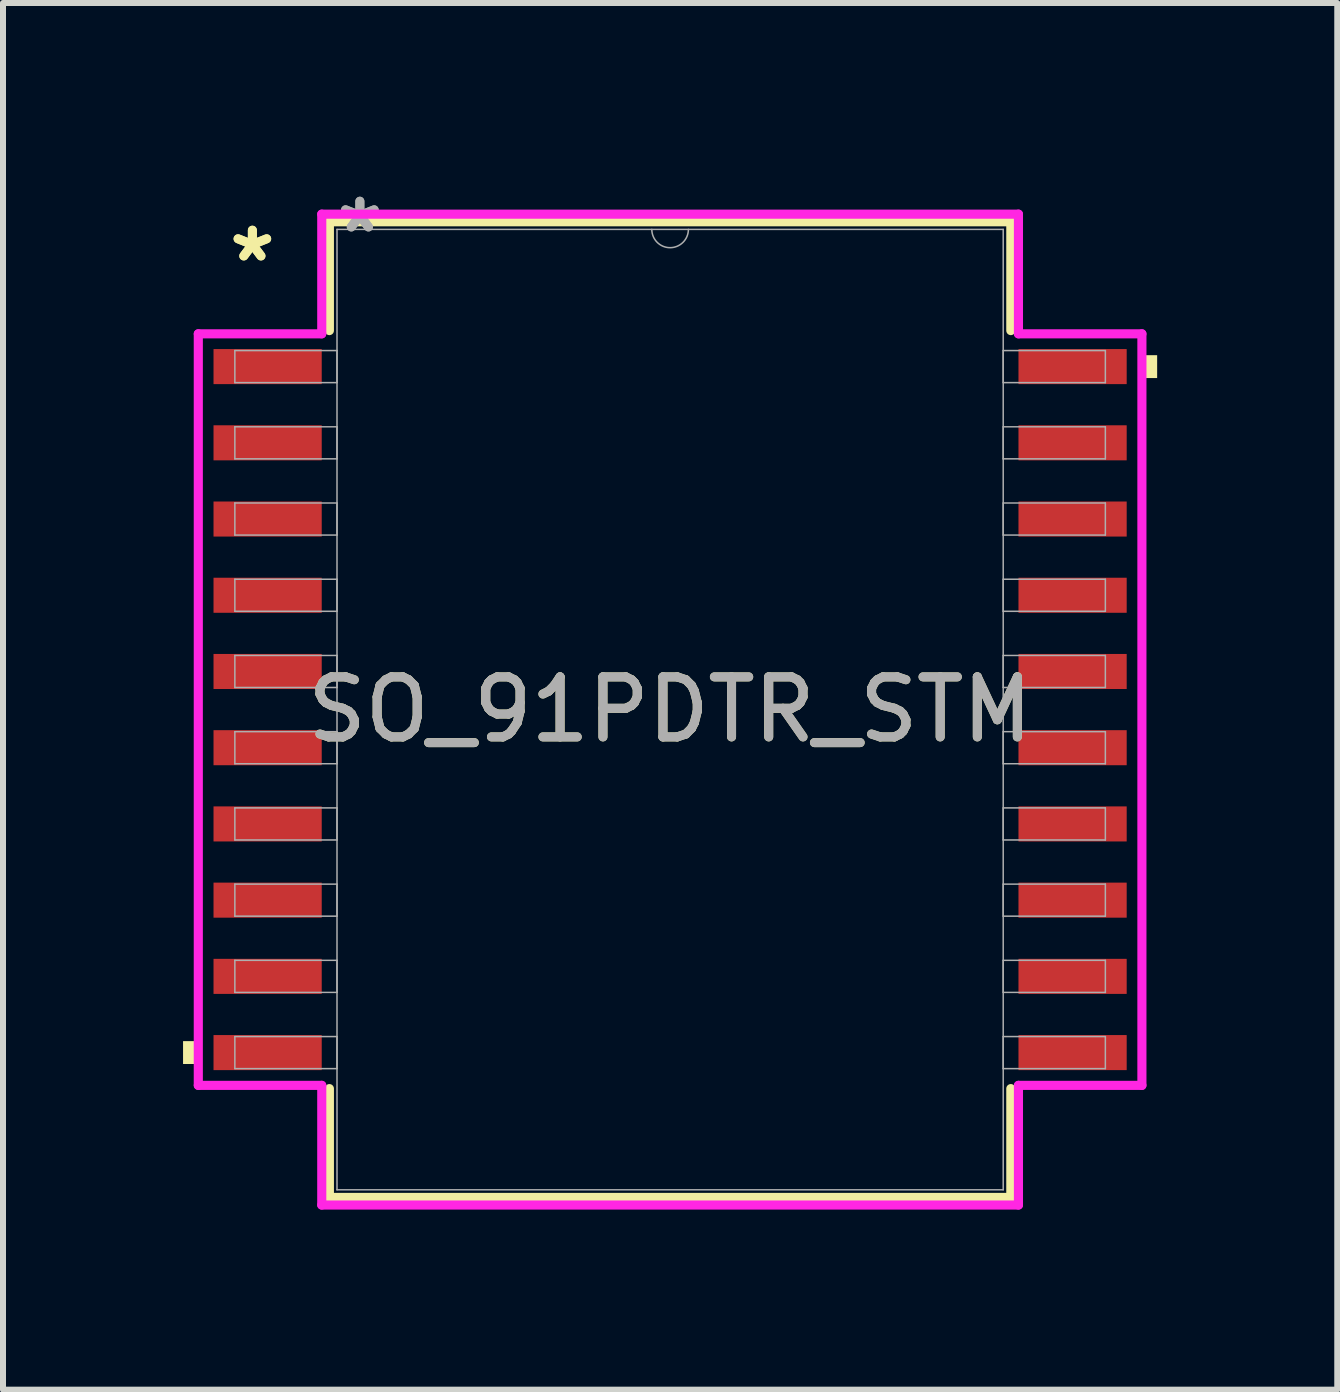
<source format=kicad_pcb>
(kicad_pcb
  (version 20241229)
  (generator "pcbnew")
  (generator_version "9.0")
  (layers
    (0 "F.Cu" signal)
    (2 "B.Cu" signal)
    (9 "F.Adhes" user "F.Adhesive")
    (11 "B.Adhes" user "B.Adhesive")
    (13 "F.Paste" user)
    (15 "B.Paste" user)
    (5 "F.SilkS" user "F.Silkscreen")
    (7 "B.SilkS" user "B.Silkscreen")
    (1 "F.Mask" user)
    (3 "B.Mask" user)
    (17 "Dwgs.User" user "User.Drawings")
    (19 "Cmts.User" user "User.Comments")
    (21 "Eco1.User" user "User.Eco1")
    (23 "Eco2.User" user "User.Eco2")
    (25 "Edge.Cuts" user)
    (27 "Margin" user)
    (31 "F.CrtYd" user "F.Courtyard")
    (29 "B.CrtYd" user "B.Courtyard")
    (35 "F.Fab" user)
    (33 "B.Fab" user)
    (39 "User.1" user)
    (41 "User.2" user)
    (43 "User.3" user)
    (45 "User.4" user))
  (footprint "SO_91PDTR_STM"
    (layer "F.Cu")
    (at 8.115 8.773)
    (property "Reference" "SO_91PDTR_STM" (at 0 0 0) (unlocked yes) (layer "F.SilkS") (effects (font (size 1 1) (thickness 0.15))))
    (attr smd)
    (fp_line (start -5.677 -8.128) (end -5.677 -6.315) (stroke (width 0.152) (type solid)) (layer "F.SilkS"))
    (fp_line (start -5.677 6.315) (end -5.677 8.128) (stroke (width 0.152) (type solid)) (layer "F.SilkS"))
    (fp_line (start -5.677 8.128) (end 5.677 8.128) (stroke (width 0.152) (type solid)) (layer "F.SilkS"))
    (fp_line (start 5.677 -8.128) (end -5.677 -8.128) (stroke (width 0.152) (type solid)) (layer "F.SilkS"))
    (fp_line (start 5.677 -6.315) (end 5.677 -8.128) (stroke (width 0.152) (type solid)) (layer "F.SilkS"))
    (fp_line (start 5.677 8.128) (end 5.677 6.315) (stroke (width 0.152) (type solid)) (layer "F.SilkS"))
    (fp_poly (pts (xy -8.115 5.524) (xy -8.115 5.905) (xy -7.861 5.905) (xy -7.861 5.524)) (stroke (width 0) (type solid)) (fill yes) (layer "F.SilkS"))
    (fp_poly (pts (xy 8.115 -5.905) (xy 8.115 -5.524) (xy 7.861 -5.524) (xy 7.861 -5.905)) (stroke (width 0) (type solid)) (fill yes) (layer "F.SilkS"))
    (fp_line (start -7.861 -6.261) (end -5.804 -6.261) (stroke (width 0.152) (type solid)) (layer "F.CrtYd"))
    (fp_line (start -7.861 6.261) (end -7.861 -6.261) (stroke (width 0.152) (type solid)) (layer "F.CrtYd"))
    (fp_line (start -7.861 6.261) (end -5.804 6.261) (stroke (width 0.152) (type solid)) (layer "F.CrtYd"))
    (fp_line (start -5.804 -8.255) (end 5.804 -8.255) (stroke (width 0.152) (type solid)) (layer "F.CrtYd"))
    (fp_line (start -5.804 -6.261) (end -5.804 -8.255) (stroke (width 0.152) (type solid)) (layer "F.CrtYd"))
    (fp_line (start -5.804 8.255) (end -5.804 6.261) (stroke (width 0.152) (type solid)) (layer "F.CrtYd"))
    (fp_line (start 5.804 -8.255) (end 5.804 -6.261) (stroke (width 0.152) (type solid)) (layer "F.CrtYd"))
    (fp_line (start 5.804 6.261) (end 5.804 8.255) (stroke (width 0.152) (type solid)) (layer "F.CrtYd"))
    (fp_line (start 5.804 8.255) (end -5.804 8.255) (stroke (width 0.152) (type solid)) (layer "F.CrtYd"))
    (fp_line (start 7.861 -6.261) (end 5.804 -6.261) (stroke (width 0.152) (type solid)) (layer "F.CrtYd"))
    (fp_line (start 7.861 -6.261) (end 7.861 6.261) (stroke (width 0.152) (type solid)) (layer "F.CrtYd"))
    (fp_line (start 7.861 6.261) (end 5.804 6.261) (stroke (width 0.152) (type solid)) (layer "F.CrtYd"))
    (fp_line (start -7.252 -5.982) (end -7.252 -5.448) (stroke (width 0.025) (type solid)) (layer "F.Fab"))
    (fp_line (start -7.252 -5.448) (end -5.55 -5.448) (stroke (width 0.025) (type solid)) (layer "F.Fab"))
    (fp_line (start -7.252 -4.712) (end -7.252 -4.178) (stroke (width 0.025) (type solid)) (layer "F.Fab"))
    (fp_line (start -7.252 -4.178) (end -5.55 -4.178) (stroke (width 0.025) (type solid)) (layer "F.Fab"))
    (fp_line (start -7.252 -3.442) (end -7.252 -2.908) (stroke (width 0.025) (type solid)) (layer "F.Fab"))
    (fp_line (start -7.252 -2.908) (end -5.55 -2.908) (stroke (width 0.025) (type solid)) (layer "F.Fab"))
    (fp_line (start -7.252 -2.172) (end -7.252 -1.638) (stroke (width 0.025) (type solid)) (layer "F.Fab"))
    (fp_line (start -7.252 -1.638) (end -5.55 -1.638) (stroke (width 0.025) (type solid)) (layer "F.Fab"))
    (fp_line (start -7.252 -0.902) (end -7.252 -0.368) (stroke (width 0.025) (type solid)) (layer "F.Fab"))
    (fp_line (start -7.252 -0.368) (end -5.55 -0.368) (stroke (width 0.025) (type solid)) (layer "F.Fab"))
    (fp_line (start -7.252 0.368) (end -7.252 0.902) (stroke (width 0.025) (type solid)) (layer "F.Fab"))
    (fp_line (start -7.252 0.902) (end -5.55 0.902) (stroke (width 0.025) (type solid)) (layer "F.Fab"))
    (fp_line (start -7.252 1.638) (end -7.252 2.172) (stroke (width 0.025) (type solid)) (layer "F.Fab"))
    (fp_line (start -7.252 2.172) (end -5.55 2.172) (stroke (width 0.025) (type solid)) (layer "F.Fab"))
    (fp_line (start -7.252 2.908) (end -7.252 3.442) (stroke (width 0.025) (type solid)) (layer "F.Fab"))
    (fp_line (start -7.252 3.442) (end -5.55 3.442) (stroke (width 0.025) (type solid)) (layer "F.Fab"))
    (fp_line (start -7.252 4.178) (end -7.252 4.712) (stroke (width 0.025) (type solid)) (layer "F.Fab"))
    (fp_line (start -7.252 4.712) (end -5.55 4.712) (stroke (width 0.025) (type solid)) (layer "F.Fab"))
    (fp_line (start -7.252 5.448) (end -7.252 5.982) (stroke (width 0.025) (type solid)) (layer "F.Fab"))
    (fp_line (start -7.252 5.982) (end -5.55 5.982) (stroke (width 0.025) (type solid)) (layer "F.Fab"))
    (fp_line (start -5.55 -8.001) (end -5.55 8.001) (stroke (width 0.025) (type solid)) (layer "F.Fab"))
    (fp_line (start -5.55 -5.982) (end -7.252 -5.982) (stroke (width 0.025) (type solid)) (layer "F.Fab"))
    (fp_line (start -5.55 -5.448) (end -5.55 -5.982) (stroke (width 0.025) (type solid)) (layer "F.Fab"))
    (fp_line (start -5.55 -4.712) (end -7.252 -4.712) (stroke (width 0.025) (type solid)) (layer "F.Fab"))
    (fp_line (start -5.55 -4.178) (end -5.55 -4.712) (stroke (width 0.025) (type solid)) (layer "F.Fab"))
    (fp_line (start -5.55 -3.442) (end -7.252 -3.442) (stroke (width 0.025) (type solid)) (layer "F.Fab"))
    (fp_line (start -5.55 -2.908) (end -5.55 -3.442) (stroke (width 0.025) (type solid)) (layer "F.Fab"))
    (fp_line (start -5.55 -2.172) (end -7.252 -2.172) (stroke (width 0.025) (type solid)) (layer "F.Fab"))
    (fp_line (start -5.55 -1.638) (end -5.55 -2.172) (stroke (width 0.025) (type solid)) (layer "F.Fab"))
    (fp_line (start -5.55 -0.902) (end -7.252 -0.902) (stroke (width 0.025) (type solid)) (layer "F.Fab"))
    (fp_line (start -5.55 -0.368) (end -5.55 -0.902) (stroke (width 0.025) (type solid)) (layer "F.Fab"))
    (fp_line (start -5.55 0.368) (end -7.252 0.368) (stroke (width 0.025) (type solid)) (layer "F.Fab"))
    (fp_line (start -5.55 0.902) (end -5.55 0.368) (stroke (width 0.025) (type solid)) (layer "F.Fab"))
    (fp_line (start -5.55 1.638) (end -7.252 1.638) (stroke (width 0.025) (type solid)) (layer "F.Fab"))
    (fp_line (start -5.55 2.172) (end -5.55 1.638) (stroke (width 0.025) (type solid)) (layer "F.Fab"))
    (fp_line (start -5.55 2.908) (end -7.252 2.908) (stroke (width 0.025) (type solid)) (layer "F.Fab"))
    (fp_line (start -5.55 3.442) (end -5.55 2.908) (stroke (width 0.025) (type solid)) (layer "F.Fab"))
    (fp_line (start -5.55 4.178) (end -7.252 4.178) (stroke (width 0.025) (type solid)) (layer "F.Fab"))
    (fp_line (start -5.55 4.712) (end -5.55 4.178) (stroke (width 0.025) (type solid)) (layer "F.Fab"))
    (fp_line (start -5.55 5.448) (end -7.252 5.448) (stroke (width 0.025) (type solid)) (layer "F.Fab"))
    (fp_line (start -5.55 5.982) (end -5.55 5.448) (stroke (width 0.025) (type solid)) (layer "F.Fab"))
    (fp_line (start -5.55 8.001) (end 5.55 8.001) (stroke (width 0.025) (type solid)) (layer "F.Fab"))
    (fp_line (start 5.55 -8.001) (end -5.55 -8.001) (stroke (width 0.025) (type solid)) (layer "F.Fab"))
    (fp_line (start 5.55 -5.982) (end 5.55 -5.448) (stroke (width 0.025) (type solid)) (layer "F.Fab"))
    (fp_line (start 5.55 -5.448) (end 7.252 -5.448) (stroke (width 0.025) (type solid)) (layer "F.Fab"))
    (fp_line (start 5.55 -4.712) (end 5.55 -4.178) (stroke (width 0.025) (type solid)) (layer "F.Fab"))
    (fp_line (start 5.55 -4.178) (end 7.252 -4.178) (stroke (width 0.025) (type solid)) (layer "F.Fab"))
    (fp_line (start 5.55 -3.442) (end 5.55 -2.908) (stroke (width 0.025) (type solid)) (layer "F.Fab"))
    (fp_line (start 5.55 -2.908) (end 7.252 -2.908) (stroke (width 0.025) (type solid)) (layer "F.Fab"))
    (fp_line (start 5.55 -2.172) (end 5.55 -1.638) (stroke (width 0.025) (type solid)) (layer "F.Fab"))
    (fp_line (start 5.55 -1.638) (end 7.252 -1.638) (stroke (width 0.025) (type solid)) (layer "F.Fab"))
    (fp_line (start 5.55 -0.902) (end 5.55 -0.368) (stroke (width 0.025) (type solid)) (layer "F.Fab"))
    (fp_line (start 5.55 -0.368) (end 7.252 -0.368) (stroke (width 0.025) (type solid)) (layer "F.Fab"))
    (fp_line (start 5.55 0.368) (end 5.55 0.902) (stroke (width 0.025) (type solid)) (layer "F.Fab"))
    (fp_line (start 5.55 0.902) (end 7.252 0.902) (stroke (width 0.025) (type solid)) (layer "F.Fab"))
    (fp_line (start 5.55 1.638) (end 5.55 2.172) (stroke (width 0.025) (type solid)) (layer "F.Fab"))
    (fp_line (start 5.55 2.172) (end 7.252 2.172) (stroke (width 0.025) (type solid)) (layer "F.Fab"))
    (fp_line (start 5.55 2.908) (end 5.55 3.442) (stroke (width 0.025) (type solid)) (layer "F.Fab"))
    (fp_line (start 5.55 3.442) (end 7.252 3.442) (stroke (width 0.025) (type solid)) (layer "F.Fab"))
    (fp_line (start 5.55 4.178) (end 5.55 4.712) (stroke (width 0.025) (type solid)) (layer "F.Fab"))
    (fp_line (start 5.55 4.712) (end 7.252 4.712) (stroke (width 0.025) (type solid)) (layer "F.Fab"))
    (fp_line (start 5.55 5.448) (end 5.55 5.982) (stroke (width 0.025) (type solid)) (layer "F.Fab"))
    (fp_line (start 5.55 5.982) (end 7.252 5.982) (stroke (width 0.025) (type solid)) (layer "F.Fab"))
    (fp_line (start 5.55 8.001) (end 5.55 -8.001) (stroke (width 0.025) (type solid)) (layer "F.Fab"))
    (fp_line (start 7.252 -5.982) (end 5.55 -5.982) (stroke (width 0.025) (type solid)) (layer "F.Fab"))
    (fp_line (start 7.252 -5.448) (end 7.252 -5.982) (stroke (width 0.025) (type solid)) (layer "F.Fab"))
    (fp_line (start 7.252 -4.712) (end 5.55 -4.712) (stroke (width 0.025) (type solid)) (layer "F.Fab"))
    (fp_line (start 7.252 -4.178) (end 7.252 -4.712) (stroke (width 0.025) (type solid)) (layer "F.Fab"))
    (fp_line (start 7.252 -3.442) (end 5.55 -3.442) (stroke (width 0.025) (type solid)) (layer "F.Fab"))
    (fp_line (start 7.252 -2.908) (end 7.252 -3.442) (stroke (width 0.025) (type solid)) (layer "F.Fab"))
    (fp_line (start 7.252 -2.172) (end 5.55 -2.172) (stroke (width 0.025) (type solid)) (layer "F.Fab"))
    (fp_line (start 7.252 -1.638) (end 7.252 -2.172) (stroke (width 0.025) (type solid)) (layer "F.Fab"))
    (fp_line (start 7.252 -0.902) (end 5.55 -0.902) (stroke (width 0.025) (type solid)) (layer "F.Fab"))
    (fp_line (start 7.252 -0.368) (end 7.252 -0.902) (stroke (width 0.025) (type solid)) (layer "F.Fab"))
    (fp_line (start 7.252 0.368) (end 5.55 0.368) (stroke (width 0.025) (type solid)) (layer "F.Fab"))
    (fp_line (start 7.252 0.902) (end 7.252 0.368) (stroke (width 0.025) (type solid)) (layer "F.Fab"))
    (fp_line (start 7.252 1.638) (end 5.55 1.638) (stroke (width 0.025) (type solid)) (layer "F.Fab"))
    (fp_line (start 7.252 2.172) (end 7.252 1.638) (stroke (width 0.025) (type solid)) (layer "F.Fab"))
    (fp_line (start 7.252 2.908) (end 5.55 2.908) (stroke (width 0.025) (type solid)) (layer "F.Fab"))
    (fp_line (start 7.252 3.442) (end 7.252 2.908) (stroke (width 0.025) (type solid)) (layer "F.Fab"))
    (fp_line (start 7.252 4.178) (end 5.55 4.178) (stroke (width 0.025) (type solid)) (layer "F.Fab"))
    (fp_line (start 7.252 4.712) (end 7.252 4.178) (stroke (width 0.025) (type solid)) (layer "F.Fab"))
    (fp_line (start 7.252 5.448) (end 5.55 5.448) (stroke (width 0.025) (type solid)) (layer "F.Fab"))
    (fp_line (start 7.252 5.982) (end 7.252 5.448) (stroke (width 0.025) (type solid)) (layer "F.Fab"))
    (fp_arc (start 0.3048 -8.001) (mid 0 -7.6962) (end -0.3048 -8.001) (stroke (width 0.0254) (type solid)) (layer "F.Fab"))
    (fp_text user "*" (at -6.96 -7.442 0) (layer "F.SilkS") (effects (font (size 1 1) (thickness 0.15))))
    (fp_text user "*" (at -6.96 -7.442 0) (unlocked yes) (layer "F.SilkS") (effects (font (size 1 1) (thickness 0.15))))
    (fp_text user "*" (at -5.169 -7.925 0) (unlocked yes) (layer "F.Fab") (effects (font (size 1 1) (thickness 0.15))))
    (fp_text user "*" (at -5.169 -7.925 0) (layer "F.Fab") (effects (font (size 1 1) (thickness 0.15))))
    (fp_text user "${REFERENCE}" (at 0 0 0) (unlocked yes) (layer "F.Fab") (effects (font (size 1 1) (thickness 0.15))))
    (pad "1" smd rect (at -6.706 -5.715) (size 1.803 0.584) (layers "F.Cu" "F.Mask" "F.Paste"))
    (pad "2" smd rect (at -6.706 -4.445) (size 1.803 0.584) (layers "F.Cu" "F.Mask" "F.Paste"))
    (pad "3" smd rect (at -6.706 -3.175) (size 1.803 0.584) (layers "F.Cu" "F.Mask" "F.Paste"))
    (pad "4" smd rect (at -6.706 -1.905) (size 1.803 0.584) (layers "F.Cu" "F.Mask" "F.Paste"))
    (pad "5" smd rect (at -6.706 -0.635) (size 1.803 0.584) (layers "F.Cu" "F.Mask" "F.Paste"))
    (pad "6" smd rect (at -6.706 0.635) (size 1.803 0.584) (layers "F.Cu" "F.Mask" "F.Paste"))
    (pad "7" smd rect (at -6.706 1.905) (size 1.803 0.584) (layers "F.Cu" "F.Mask" "F.Paste"))
    (pad "8" smd rect (at -6.706 3.175) (size 1.803 0.584) (layers "F.Cu" "F.Mask" "F.Paste"))
    (pad "9" smd rect (at -6.706 4.445) (size 1.803 0.584) (layers "F.Cu" "F.Mask" "F.Paste"))
    (pad "10" smd rect (at -6.706 5.715) (size 1.803 0.584) (layers "F.Cu" "F.Mask" "F.Paste"))
    (pad "11" smd rect (at 6.706 5.715) (size 1.803 0.584) (layers "F.Cu" "F.Mask" "F.Paste"))
    (pad "12" smd rect (at 6.706 4.445) (size 1.803 0.584) (layers "F.Cu" "F.Mask" "F.Paste"))
    (pad "13" smd rect (at 6.706 3.175) (size 1.803 0.584) (layers "F.Cu" "F.Mask" "F.Paste"))
    (pad "14" smd rect (at 6.706 1.905) (size 1.803 0.584) (layers "F.Cu" "F.Mask" "F.Paste"))
    (pad "15" smd rect (at 6.706 0.635) (size 1.803 0.584) (layers "F.Cu" "F.Mask" "F.Paste"))
    (pad "16" smd rect (at 6.706 -0.635) (size 1.803 0.584) (layers "F.Cu" "F.Mask" "F.Paste"))
    (pad "17" smd rect (at 6.706 -1.905) (size 1.803 0.584) (layers "F.Cu" "F.Mask" "F.Paste"))
    (pad "18" smd rect (at 6.706 -3.175) (size 1.803 0.584) (layers "F.Cu" "F.Mask" "F.Paste"))
    (pad "19" smd rect (at 6.706 -4.445) (size 1.803 0.584) (layers "F.Cu" "F.Mask" "F.Paste"))
    (pad "20" smd rect (at 6.706 -5.715) (size 1.803 0.584) (layers "F.Cu" "F.Mask" "F.Paste")))
  (gr_rect
    (start -3 -3)
    (end 19.231 20.104)
    (stroke (width 0.1) (type default))
    (fill no)
    (layer "Edge.Cuts")))
</source>
